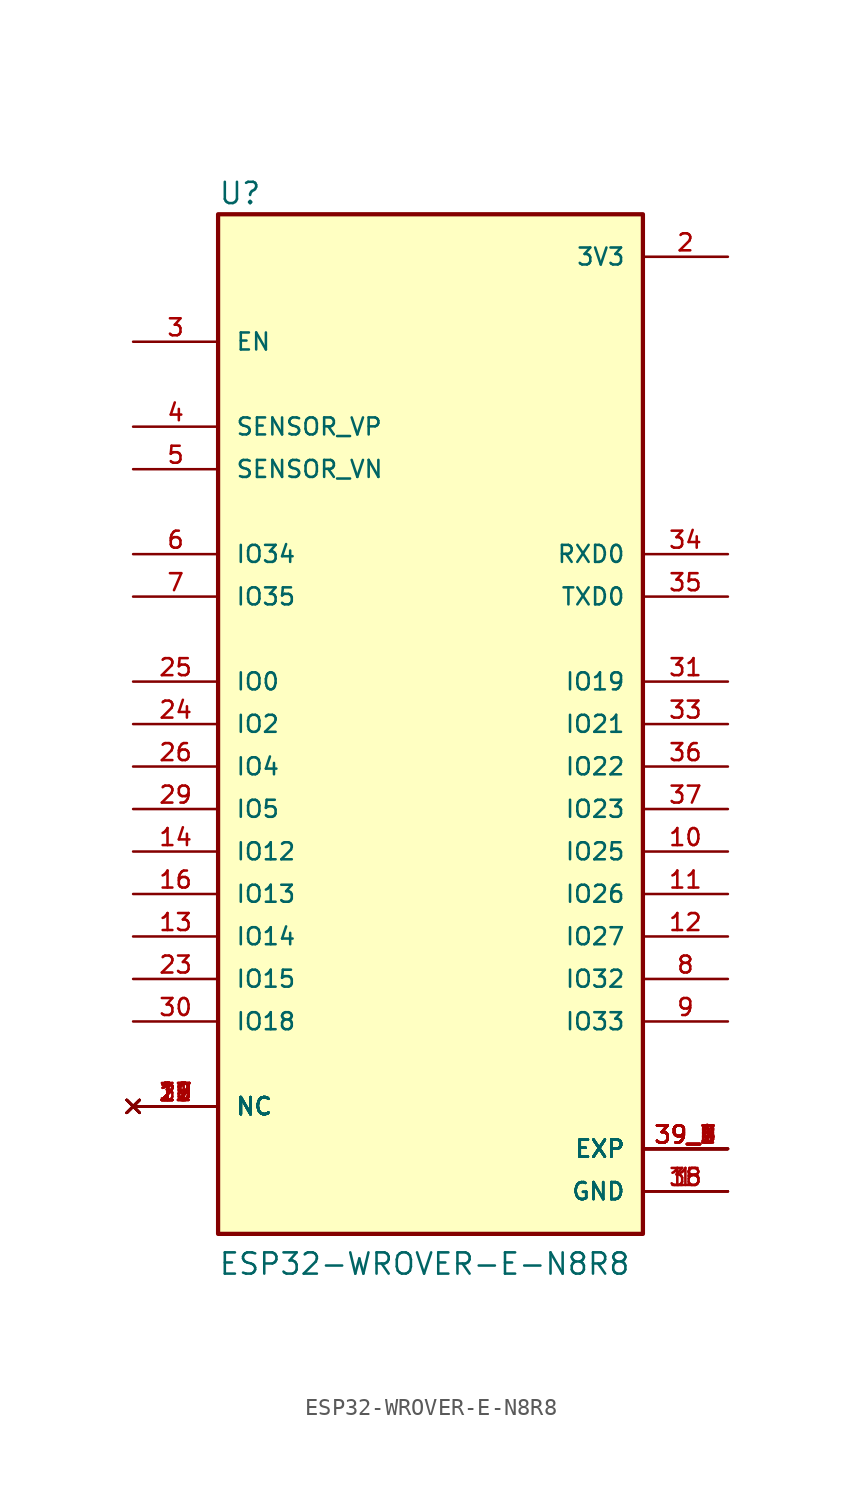
<source format=kicad_sym>
(kicad_symbol_lib
  (version 20211014)
  (generator kicad_symbol_editor)
  (symbol "ESP32-WROVER-E-N8R8"
    (pin_names
      (offset 1.016))
    (property "Reference" "U"
      (at -12.7 30.988 0)
      (effects (font (size 1.27 1.27)) (justify bottom left)))
    (property "Value" "ESP32-WROVER-E-N8R8"
      (at -12.7 -33.02 0)
      (effects (font (size 1.27 1.27)) (justify bottom left)))
    (symbol "ESP32-WROVER-E-N8R8_0_0"
      (rectangle (start -12.7 -30.48) (end 12.7 30.48) (stroke (width 0.254)) (fill (type background)))
      (pin power_in line (at 17.78 -27.94 180.0) (length 5.08) (name "GND" (effects (font (size 1.016 1.016)))) (number "1" (effects (font (size 1.016 1.016)))))
      (pin power_in line (at 17.78 -27.94 180.0) (length 5.08) (name "GND" (effects (font (size 1.016 1.016)))) (number "15" (effects (font (size 1.016 1.016)))))
      (pin power_in line (at 17.78 -27.94 180.0) (length 5.08) (name "GND" (effects (font (size 1.016 1.016)))) (number "38" (effects (font (size 1.016 1.016)))))
      (pin power_in line (at 17.78 27.94 180.0) (length 5.08) (name "3V3" (effects (font (size 1.016 1.016)))) (number "2" (effects (font (size 1.016 1.016)))))
      (pin input line (at -17.78 22.86 0) (length 5.08) (name "EN" (effects (font (size 1.016 1.016)))) (number "3" (effects (font (size 1.016 1.016)))))
      (pin input line (at -17.78 17.78 0) (length 5.08) (name "SENSOR_VP" (effects (font (size 1.016 1.016)))) (number "4" (effects (font (size 1.016 1.016)))))
      (pin input line (at -17.78 15.24 0) (length 5.08) (name "SENSOR_VN" (effects (font (size 1.016 1.016)))) (number "5" (effects (font (size 1.016 1.016)))))
      (pin input line (at -17.78 10.16 0) (length 5.08) (name "IO34" (effects (font (size 1.016 1.016)))) (number "6" (effects (font (size 1.016 1.016)))))
      (pin input line (at -17.78 7.62 0) (length 5.08) (name "IO35" (effects (font (size 1.016 1.016)))) (number "7" (effects (font (size 1.016 1.016)))))
      (pin bidirectional line (at 17.78 -15.24 180.0) (length 5.08) (name "IO32" (effects (font (size 1.016 1.016)))) (number "8" (effects (font (size 1.016 1.016)))))
      (pin bidirectional line (at 17.78 -17.78 180.0) (length 5.08) (name "IO33" (effects (font (size 1.016 1.016)))) (number "9" (effects (font (size 1.016 1.016)))))
      (pin bidirectional line (at 17.78 -7.62 180.0) (length 5.08) (name "IO25" (effects (font (size 1.016 1.016)))) (number "10" (effects (font (size 1.016 1.016)))))
      (pin bidirectional line (at 17.78 -10.16 180.0) (length 5.08) (name "IO26" (effects (font (size 1.016 1.016)))) (number "11" (effects (font (size 1.016 1.016)))))
      (pin bidirectional line (at 17.78 -12.7 180.0) (length 5.08) (name "IO27" (effects (font (size 1.016 1.016)))) (number "12" (effects (font (size 1.016 1.016)))))
      (pin bidirectional line (at -17.78 -12.7 0) (length 5.08) (name "IO14" (effects (font (size 1.016 1.016)))) (number "13" (effects (font (size 1.016 1.016)))))
      (pin bidirectional line (at -17.78 -7.62 0) (length 5.08) (name "IO12" (effects (font (size 1.016 1.016)))) (number "14" (effects (font (size 1.016 1.016)))))
      (pin bidirectional line (at -17.78 -10.16 0) (length 5.08) (name "IO13" (effects (font (size 1.016 1.016)))) (number "16" (effects (font (size 1.016 1.016)))))
      (pin bidirectional line (at -17.78 -15.24 0) (length 5.08) (name "IO15" (effects (font (size 1.016 1.016)))) (number "23" (effects (font (size 1.016 1.016)))))
      (pin bidirectional line (at -17.78 0.0 0) (length 5.08) (name "IO2" (effects (font (size 1.016 1.016)))) (number "24" (effects (font (size 1.016 1.016)))))
      (pin bidirectional line (at -17.78 2.54 0) (length 5.08) (name "IO0" (effects (font (size 1.016 1.016)))) (number "25" (effects (font (size 1.016 1.016)))))
      (pin bidirectional line (at -17.78 -2.54 0) (length 5.08) (name "IO4" (effects (font (size 1.016 1.016)))) (number "26" (effects (font (size 1.016 1.016)))))
      (pin no_connect line (at -17.78 -22.86 0) (length 5.08) (name "NC" (effects (font (size 1.016 1.016)))) (number "17" (effects (font (size 1.016 1.016)))))
      (pin no_connect line (at -17.78 -22.86 0) (length 5.08) (name "NC" (effects (font (size 1.016 1.016)))) (number "18" (effects (font (size 1.016 1.016)))))
      (pin no_connect line (at -17.78 -22.86 0) (length 5.08) (name "NC" (effects (font (size 1.016 1.016)))) (number "19" (effects (font (size 1.016 1.016)))))
      (pin no_connect line (at -17.78 -22.86 0) (length 5.08) (name "NC" (effects (font (size 1.016 1.016)))) (number "20" (effects (font (size 1.016 1.016)))))
      (pin no_connect line (at -17.78 -22.86 0) (length 5.08) (name "NC" (effects (font (size 1.016 1.016)))) (number "21" (effects (font (size 1.016 1.016)))))
      (pin no_connect line (at -17.78 -22.86 0) (length 5.08) (name "NC" (effects (font (size 1.016 1.016)))) (number "22" (effects (font (size 1.016 1.016)))))
      (pin no_connect line (at -17.78 -22.86 0) (length 5.08) (name "NC" (effects (font (size 1.016 1.016)))) (number "27" (effects (font (size 1.016 1.016)))))
      (pin no_connect line (at -17.78 -22.86 0) (length 5.08) (name "NC" (effects (font (size 1.016 1.016)))) (number "28" (effects (font (size 1.016 1.016)))))
      (pin no_connect line (at -17.78 -22.86 0) (length 5.08) (name "NC" (effects (font (size 1.016 1.016)))) (number "32" (effects (font (size 1.016 1.016)))))
      (pin bidirectional line (at -17.78 -5.08 0) (length 5.08) (name "IO5" (effects (font (size 1.016 1.016)))) (number "29" (effects (font (size 1.016 1.016)))))
      (pin bidirectional line (at -17.78 -17.78 0) (length 5.08) (name "IO18" (effects (font (size 1.016 1.016)))) (number "30" (effects (font (size 1.016 1.016)))))
      (pin bidirectional line (at 17.78 2.54 180.0) (length 5.08) (name "IO19" (effects (font (size 1.016 1.016)))) (number "31" (effects (font (size 1.016 1.016)))))
      (pin bidirectional line (at 17.78 0.0 180.0) (length 5.08) (name "IO21" (effects (font (size 1.016 1.016)))) (number "33" (effects (font (size 1.016 1.016)))))
      (pin bidirectional line (at 17.78 10.16 180.0) (length 5.08) (name "RXD0" (effects (font (size 1.016 1.016)))) (number "34" (effects (font (size 1.016 1.016)))))
      (pin bidirectional line (at 17.78 7.62 180.0) (length 5.08) (name "TXD0" (effects (font (size 1.016 1.016)))) (number "35" (effects (font (size 1.016 1.016)))))
      (pin bidirectional line (at 17.78 -2.54 180.0) (length 5.08) (name "IO22" (effects (font (size 1.016 1.016)))) (number "36" (effects (font (size 1.016 1.016)))))
      (pin bidirectional line (at 17.78 -5.08 180.0) (length 5.08) (name "IO23" (effects (font (size 1.016 1.016)))) (number "37" (effects (font (size 1.016 1.016)))))
      (pin power_in line (at 17.78 -25.4 180.0) (length 5.08) (name "EXP" (effects (font (size 1.016 1.016)))) (number "39_1" (effects (font (size 1.016 1.016)))))
      (pin power_in line (at 17.78 -25.4 180.0) (length 5.08) (name "EXP" (effects (font (size 1.016 1.016)))) (number "39_2" (effects (font (size 1.016 1.016)))))
      (pin power_in line (at 17.78 -25.4 180.0) (length 5.08) (name "EXP" (effects (font (size 1.016 1.016)))) (number "39_3" (effects (font (size 1.016 1.016)))))
      (pin power_in line (at 17.78 -25.4 180.0) (length 5.08) (name "EXP" (effects (font (size 1.016 1.016)))) (number "39_4" (effects (font (size 1.016 1.016)))))
      (pin power_in line (at 17.78 -25.4 180.0) (length 5.08) (name "EXP" (effects (font (size 1.016 1.016)))) (number "39_5" (effects (font (size 1.016 1.016)))))
      (pin power_in line (at 17.78 -25.4 180.0) (length 5.08) (name "EXP" (effects (font (size 1.016 1.016)))) (number "39_6" (effects (font (size 1.016 1.016)))))
      (pin power_in line (at 17.78 -25.4 180.0) (length 5.08) (name "EXP" (effects (font (size 1.016 1.016)))) (number "39_7" (effects (font (size 1.016 1.016)))))
      (pin power_in line (at 17.78 -25.4 180.0) (length 5.08) (name "EXP" (effects (font (size 1.016 1.016)))) (number "39_8" (effects (font (size 1.016 1.016)))))
      (pin power_in line (at 17.78 -25.4 180.0) (length 5.08) (name "EXP" (effects (font (size 1.016 1.016)))) (number "39_9" (effects (font (size 1.016 1.016))))))))
</source>
